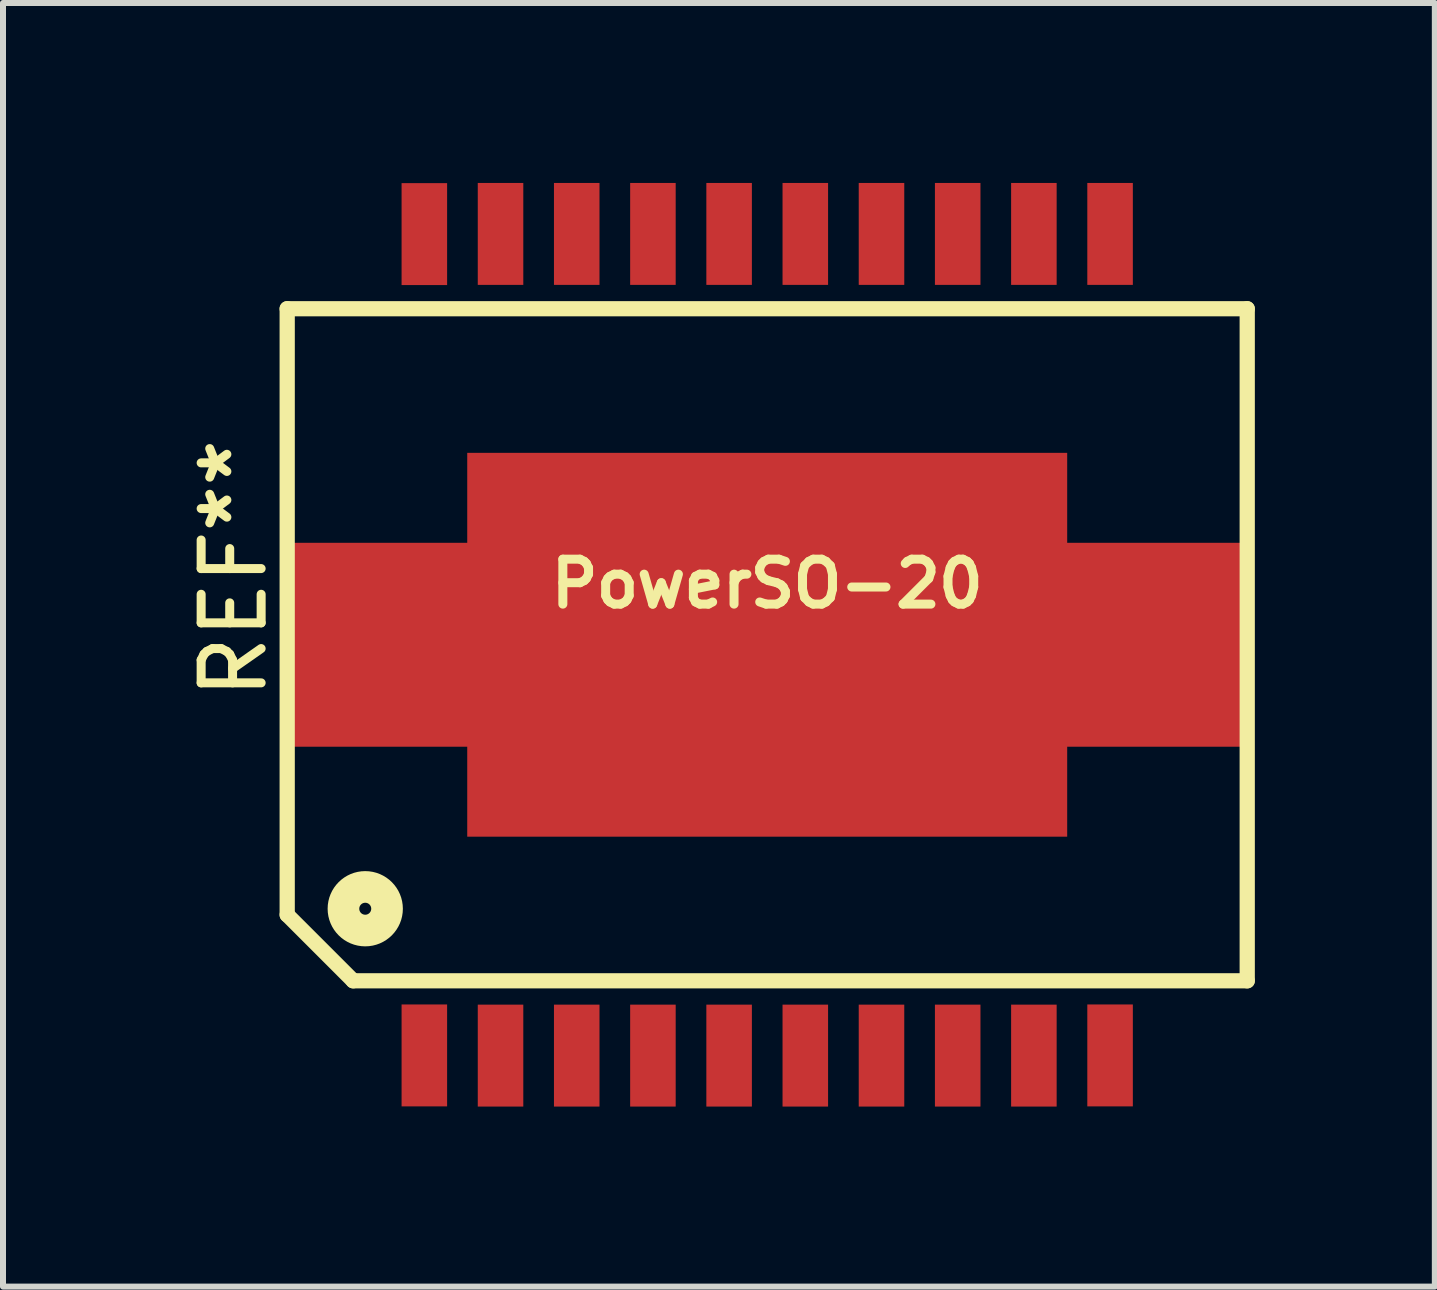
<source format=kicad_pcb>
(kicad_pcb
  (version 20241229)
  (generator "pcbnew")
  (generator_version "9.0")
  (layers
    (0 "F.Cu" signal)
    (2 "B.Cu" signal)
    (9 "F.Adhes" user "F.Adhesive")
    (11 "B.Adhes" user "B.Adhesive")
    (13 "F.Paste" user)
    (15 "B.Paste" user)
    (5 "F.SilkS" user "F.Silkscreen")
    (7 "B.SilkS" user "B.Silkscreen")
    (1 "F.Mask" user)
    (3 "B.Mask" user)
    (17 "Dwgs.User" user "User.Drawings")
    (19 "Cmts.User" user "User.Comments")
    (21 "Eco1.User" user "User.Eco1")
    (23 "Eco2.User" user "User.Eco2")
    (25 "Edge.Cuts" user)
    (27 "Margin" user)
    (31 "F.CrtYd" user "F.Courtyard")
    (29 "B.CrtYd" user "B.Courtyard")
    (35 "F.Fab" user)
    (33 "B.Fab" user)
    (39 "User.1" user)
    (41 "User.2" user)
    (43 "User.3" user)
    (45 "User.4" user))
  (footprint "PowerSO-20"
    (layer "F.Cu")
    (at 9.738 7.697)
    (property "Reference" "PowerSO-20" (at 0 -1.016 0) (layer "F.SilkS") (effects (font (size 0.749 0.749) (thickness 0.15))))
    (attr through_hole)
    (fp_line (start -8.001 -5.601) (end 8.001 -5.601) (stroke (width 0.254) (type solid)) (layer "F.SilkS"))
    (fp_line (start -8.001 4.501) (end -8.001 -5.601) (stroke (width 0.254) (type solid)) (layer "F.SilkS"))
    (fp_line (start -6.901 5.601) (end -8.001 4.501) (stroke (width 0.254) (type solid)) (layer "F.SilkS"))
    (fp_line (start -6.901 5.601) (end 8.001 5.601) (stroke (width 0.254) (type solid)) (layer "F.SilkS"))
    (fp_line (start 8.001 -5.601) (end 8.001 5.601) (stroke (width 0.254) (type solid)) (layer "F.SilkS"))
    (fp_circle (center -6.7 4.4) (end -7.2 4.4) (stroke (width 0.254) (type solid)) (fill no) (layer "F.SilkS"))
    (fp_circle (center -6.7 4.4) (end -7 4.4) (stroke (width 0.254) (type solid)) (fill no) (layer "F.SilkS"))
    (fp_circle (center -6.7 4.4) (end -6.8 4.4) (stroke (width 0.254) (type solid)) (fill no) (layer "F.SilkS"))
    (fp_text user "REF**" (at -8.89 -1.27 90) (layer "F.SilkS") (effects (font (size 1 1) (thickness 0.15))))
    (pad "1" smd rect (at -5.715 6.845) (size 0.759 1.699) (layers "F.Cu" "F.Mask" "F.Paste"))
    (pad "2" smd rect (at -4.445 6.848) (size 0.759 1.699) (layers "F.Cu" "F.Mask" "F.Paste"))
    (pad "3" smd rect (at -3.175 6.848) (size 0.759 1.699) (layers "F.Cu" "F.Mask" "F.Paste"))
    (pad "4" smd rect (at -1.905 6.848) (size 0.759 1.699) (layers "F.Cu" "F.Mask" "F.Paste"))
    (pad "5" smd rect (at -0.635 6.848) (size 0.759 1.699) (layers "F.Cu" "F.Mask" "F.Paste"))
    (pad "6" smd rect (at 0.635 6.848) (size 0.759 1.699) (layers "F.Cu" "F.Mask" "F.Paste"))
    (pad "7" smd rect (at 1.905 6.848) (size 0.759 1.699) (layers "F.Cu" "F.Mask" "F.Paste"))
    (pad "8" smd rect (at 3.175 6.848) (size 0.759 1.699) (layers "F.Cu" "F.Mask" "F.Paste"))
    (pad "9" smd rect (at 4.445 6.848) (size 0.759 1.699) (layers "F.Cu" "F.Mask" "F.Paste"))
    (pad "10" smd rect (at 5.715 6.845) (size 0.759 1.699) (layers "F.Cu" "F.Mask" "F.Paste"))
    (pad "11" smd rect (at 5.715 -6.848) (size 0.759 1.699) (layers "F.Cu" "F.Mask" "F.Paste"))
    (pad "12" smd rect (at 4.445 -6.848) (size 0.759 1.699) (layers "F.Cu" "F.Mask" "F.Paste"))
    (pad "13" smd rect (at 3.175 -6.848) (size 0.759 1.699) (layers "F.Cu" "F.Mask" "F.Paste"))
    (pad "14" smd rect (at 1.905 -6.848) (size 0.759 1.699) (layers "F.Cu" "F.Mask" "F.Paste"))
    (pad "15" smd rect (at 0.635 -6.848) (size 0.759 1.699) (layers "F.Cu" "F.Mask" "F.Paste"))
    (pad "16" smd rect (at -0.635 -6.848) (size 0.759 1.699) (layers "F.Cu" "F.Mask" "F.Paste"))
    (pad "17" smd rect (at -1.905 -6.848) (size 0.759 1.699) (layers "F.Cu" "F.Mask" "F.Paste"))
    (pad "18" smd rect (at -3.175 -6.848) (size 0.759 1.699) (layers "F.Cu" "F.Mask" "F.Paste"))
    (pad "19" smd rect (at -4.445 -6.848) (size 0.759 1.699) (layers "F.Cu" "F.Mask" "F.Paste"))
    (pad "20" smd rect (at -5.715 -6.845) (size 0.759 1.699) (layers "F.Cu" "F.Mask" "F.Paste"))
    (pad "21" smd rect (at 0 0) (size 10 6.398) (layers "F.Cu" "F.Mask" "F.Paste"))
    (pad "21" smd rect (at 0 0) (size 16.099 3.399) (layers "F.Cu" "F.Mask" "F.Paste")))
  (gr_rect
    (start -3 -3)
    (end 20.866 18.395)
    (stroke (width 0.1) (type default))
    (fill no)
    (layer "Edge.Cuts")))
</source>
